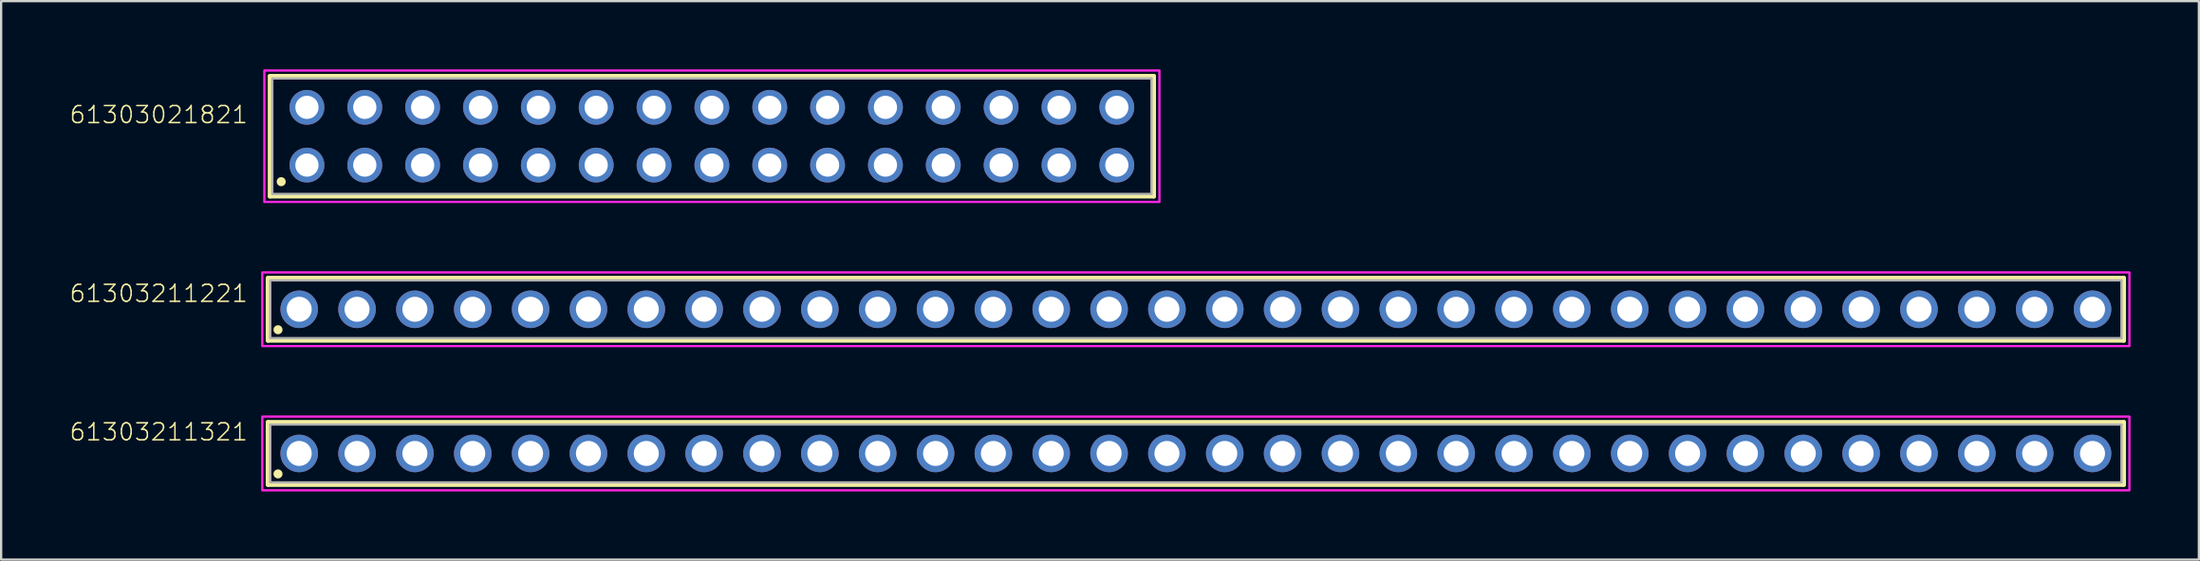
<source format=kicad_pcb>
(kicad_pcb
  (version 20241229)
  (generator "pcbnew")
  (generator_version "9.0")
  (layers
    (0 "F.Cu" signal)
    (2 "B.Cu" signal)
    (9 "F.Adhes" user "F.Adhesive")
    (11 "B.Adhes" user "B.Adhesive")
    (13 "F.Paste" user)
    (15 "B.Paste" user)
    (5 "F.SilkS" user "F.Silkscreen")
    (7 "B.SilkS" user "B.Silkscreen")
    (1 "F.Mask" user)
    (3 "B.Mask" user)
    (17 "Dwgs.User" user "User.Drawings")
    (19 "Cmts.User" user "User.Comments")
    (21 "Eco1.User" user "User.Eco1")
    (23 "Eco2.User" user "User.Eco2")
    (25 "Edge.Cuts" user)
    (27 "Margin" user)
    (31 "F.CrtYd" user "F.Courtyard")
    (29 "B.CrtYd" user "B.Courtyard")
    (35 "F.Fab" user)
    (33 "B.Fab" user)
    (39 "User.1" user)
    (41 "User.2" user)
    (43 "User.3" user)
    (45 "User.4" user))
  (footprint "61303021821"
    (layer "F.Cu")
    (at 28.207 2.94)
    (property "Reference" "61303021821" (at -20.328 -0.506 0) (unlocked yes) (layer "F.SilkS") (effects (font (size 0.748 0.748) (thickness 0.065)) (justify right bottom)))
    (fp_line (start -19.4 -2.64) (end 19.4 -2.64) (stroke (width 0.2) (type solid)) (layer "F.SilkS"))
    (fp_line (start -19.4 2.64) (end -19.4 -2.64) (stroke (width 0.2) (type solid)) (layer "F.SilkS"))
    (fp_line (start 19.4 -2.64) (end 19.4 2.64) (stroke (width 0.2) (type solid)) (layer "F.SilkS"))
    (fp_line (start 19.4 2.64) (end -19.4 2.64) (stroke (width 0.2) (type solid)) (layer "F.SilkS"))
    (fp_circle (center -18.91 2) (end -18.81 2) (stroke (width 0.2) (type solid)) (fill no) (layer "F.SilkS"))
    (fp_poly (pts (xy 19.65 2.89) (xy -19.65 2.89) (xy -19.65 -2.89) (xy 19.65 -2.89)) (stroke (width 0.1) (type default)) (fill no) (layer "F.CrtYd"))
    (fp_line (start -19.3 -2.54) (end -19.3 2.54) (stroke (width 0.1) (type solid)) (layer "F.Fab"))
    (fp_line (start -19.3 2.54) (end 19.3 2.54) (stroke (width 0.1) (type solid)) (layer "F.Fab"))
    (fp_line (start 19.3 -2.54) (end -19.3 -2.54) (stroke (width 0.1) (type solid)) (layer "F.Fab"))
    (fp_line (start 19.3 2.54) (end 19.3 -2.54) (stroke (width 0.1) (type solid)) (layer "F.Fab"))
    (pad "1" thru_hole circle (at -17.78 1.27) (size 1.53 1.53) (drill 1.02) (layers "*.Cu" "*.Mask"))
    (pad "2" thru_hole circle (at -17.78 -1.27) (size 1.53 1.53) (drill 1.02) (layers "*.Cu" "*.Mask"))
    (pad "3" thru_hole circle (at -15.24 1.27) (size 1.53 1.53) (drill 1.02) (layers "*.Cu" "*.Mask"))
    (pad "4" thru_hole circle (at -15.24 -1.27) (size 1.53 1.53) (drill 1.02) (layers "*.Cu" "*.Mask"))
    (pad "5" thru_hole circle (at -12.7 1.27) (size 1.53 1.53) (drill 1.02) (layers "*.Cu" "*.Mask"))
    (pad "6" thru_hole circle (at -12.7 -1.27) (size 1.53 1.53) (drill 1.02) (layers "*.Cu" "*.Mask"))
    (pad "7" thru_hole circle (at -10.16 1.27) (size 1.53 1.53) (drill 1.02) (layers "*.Cu" "*.Mask"))
    (pad "8" thru_hole circle (at -10.16 -1.27) (size 1.53 1.53) (drill 1.02) (layers "*.Cu" "*.Mask"))
    (pad "9" thru_hole circle (at -7.62 1.27) (size 1.53 1.53) (drill 1.02) (layers "*.Cu" "*.Mask"))
    (pad "10" thru_hole circle (at -7.62 -1.27) (size 1.53 1.53) (drill 1.02) (layers "*.Cu" "*.Mask"))
    (pad "11" thru_hole circle (at -5.08 1.27) (size 1.53 1.53) (drill 1.02) (layers "*.Cu" "*.Mask"))
    (pad "12" thru_hole circle (at -5.08 -1.27) (size 1.53 1.53) (drill 1.02) (layers "*.Cu" "*.Mask"))
    (pad "13" thru_hole circle (at -2.54 1.27) (size 1.53 1.53) (drill 1.02) (layers "*.Cu" "*.Mask"))
    (pad "14" thru_hole circle (at -2.54 -1.27) (size 1.53 1.53) (drill 1.02) (layers "*.Cu" "*.Mask"))
    (pad "15" thru_hole circle (at 0 1.27) (size 1.53 1.53) (drill 1.02) (layers "*.Cu" "*.Mask"))
    (pad "16" thru_hole circle (at 0 -1.27) (size 1.53 1.53) (drill 1.02) (layers "*.Cu" "*.Mask"))
    (pad "17" thru_hole circle (at 2.54 1.27) (size 1.53 1.53) (drill 1.02) (layers "*.Cu" "*.Mask"))
    (pad "18" thru_hole circle (at 2.54 -1.27) (size 1.53 1.53) (drill 1.02) (layers "*.Cu" "*.Mask"))
    (pad "19" thru_hole circle (at 5.08 1.27) (size 1.53 1.53) (drill 1.02) (layers "*.Cu" "*.Mask"))
    (pad "20" thru_hole circle (at 5.08 -1.27) (size 1.53 1.53) (drill 1.02) (layers "*.Cu" "*.Mask"))
    (pad "21" thru_hole circle (at 7.62 1.27) (size 1.53 1.53) (drill 1.02) (layers "*.Cu" "*.Mask"))
    (pad "22" thru_hole circle (at 7.62 -1.27) (size 1.53 1.53) (drill 1.02) (layers "*.Cu" "*.Mask"))
    (pad "23" thru_hole circle (at 10.16 1.27) (size 1.53 1.53) (drill 1.02) (layers "*.Cu" "*.Mask"))
    (pad "24" thru_hole circle (at 10.16 -1.27) (size 1.53 1.53) (drill 1.02) (layers "*.Cu" "*.Mask"))
    (pad "25" thru_hole circle (at 12.7 1.27) (size 1.53 1.53) (drill 1.02) (layers "*.Cu" "*.Mask"))
    (pad "26" thru_hole circle (at 12.7 -1.27) (size 1.53 1.53) (drill 1.02) (layers "*.Cu" "*.Mask"))
    (pad "27" thru_hole circle (at 15.24 1.27) (size 1.53 1.53) (drill 1.02) (layers "*.Cu" "*.Mask"))
    (pad "28" thru_hole circle (at 15.24 -1.27) (size 1.53 1.53) (drill 1.02) (layers "*.Cu" "*.Mask"))
    (pad "29" thru_hole circle (at 17.78 1.27) (size 1.53 1.53) (drill 1.02) (layers "*.Cu" "*.Mask"))
    (pad "30" thru_hole circle (at 17.78 -1.27) (size 1.53 1.53) (drill 1.02) (layers "*.Cu" "*.Mask")))
  (footprint "61303211321"
    (layer "F.Cu")
    (at 49.457 16.89)
    (property "Reference" "61303211321" (at -41.578 -0.506 0) (unlocked yes) (layer "F.SilkS") (effects (font (size 0.748 0.748) (thickness 0.065)) (justify right bottom)))
    (fp_line (start -40.74 -1.37) (end 40.74 -1.37) (stroke (width 0.2) (type solid)) (layer "F.SilkS"))
    (fp_line (start -40.74 1.37) (end -40.74 -1.37) (stroke (width 0.2) (type solid)) (layer "F.SilkS"))
    (fp_line (start 40.74 -1.37) (end 40.74 1.37) (stroke (width 0.2) (type solid)) (layer "F.SilkS"))
    (fp_line (start 40.74 1.37) (end -40.74 1.37) (stroke (width 0.2) (type solid)) (layer "F.SilkS"))
    (fp_circle (center -40.3 0.9) (end -40.2 0.9) (stroke (width 0.2) (type solid)) (fill no) (layer "F.SilkS"))
    (fp_poly (pts (xy 40.99 1.62) (xy -40.99 1.62) (xy -40.99 -1.62) (xy 40.99 -1.62)) (stroke (width 0.1) (type default)) (fill no) (layer "F.CrtYd"))
    (fp_line (start -40.64 -1.27) (end 40.64 -1.27) (stroke (width 0.1) (type solid)) (layer "F.Fab"))
    (fp_line (start -40.64 1.27) (end -40.64 -1.27) (stroke (width 0.1) (type solid)) (layer "F.Fab"))
    (fp_line (start 40.64 -1.27) (end 40.64 1.27) (stroke (width 0.1) (type solid)) (layer "F.Fab"))
    (fp_line (start 40.64 1.27) (end -40.64 1.27) (stroke (width 0.1) (type solid)) (layer "F.Fab"))
    (pad "1" thru_hole circle (at -39.37 0) (size 1.65 1.65) (drill 1.1) (layers "*.Cu" "*.Mask"))
    (pad "2" thru_hole circle (at -36.83 0) (size 1.65 1.65) (drill 1.1) (layers "*.Cu" "*.Mask"))
    (pad "3" thru_hole circle (at -34.29 0) (size 1.65 1.65) (drill 1.1) (layers "*.Cu" "*.Mask"))
    (pad "4" thru_hole circle (at -31.75 0) (size 1.65 1.65) (drill 1.1) (layers "*.Cu" "*.Mask"))
    (pad "5" thru_hole circle (at -29.21 0) (size 1.65 1.65) (drill 1.1) (layers "*.Cu" "*.Mask"))
    (pad "6" thru_hole circle (at -26.67 0) (size 1.65 1.65) (drill 1.1) (layers "*.Cu" "*.Mask"))
    (pad "7" thru_hole circle (at -24.13 0) (size 1.65 1.65) (drill 1.1) (layers "*.Cu" "*.Mask"))
    (pad "8" thru_hole circle (at -21.59 0) (size 1.65 1.65) (drill 1.1) (layers "*.Cu" "*.Mask"))
    (pad "9" thru_hole circle (at -19.05 0) (size 1.65 1.65) (drill 1.1) (layers "*.Cu" "*.Mask"))
    (pad "10" thru_hole circle (at -16.51 0) (size 1.65 1.65) (drill 1.1) (layers "*.Cu" "*.Mask"))
    (pad "11" thru_hole circle (at -13.97 0) (size 1.65 1.65) (drill 1.1) (layers "*.Cu" "*.Mask"))
    (pad "12" thru_hole circle (at -11.43 0) (size 1.65 1.65) (drill 1.1) (layers "*.Cu" "*.Mask"))
    (pad "13" thru_hole circle (at -8.89 0) (size 1.65 1.65) (drill 1.1) (layers "*.Cu" "*.Mask"))
    (pad "14" thru_hole circle (at -6.35 0) (size 1.65 1.65) (drill 1.1) (layers "*.Cu" "*.Mask"))
    (pad "15" thru_hole circle (at -3.81 0) (size 1.65 1.65) (drill 1.1) (layers "*.Cu" "*.Mask"))
    (pad "16" thru_hole circle (at -1.27 0) (size 1.65 1.65) (drill 1.1) (layers "*.Cu" "*.Mask"))
    (pad "17" thru_hole circle (at 1.27 0) (size 1.65 1.65) (drill 1.1) (layers "*.Cu" "*.Mask"))
    (pad "18" thru_hole circle (at 3.81 0) (size 1.65 1.65) (drill 1.1) (layers "*.Cu" "*.Mask"))
    (pad "19" thru_hole circle (at 6.35 0) (size 1.65 1.65) (drill 1.1) (layers "*.Cu" "*.Mask"))
    (pad "20" thru_hole circle (at 8.89 0) (size 1.65 1.65) (drill 1.1) (layers "*.Cu" "*.Mask"))
    (pad "21" thru_hole circle (at 11.43 0) (size 1.65 1.65) (drill 1.1) (layers "*.Cu" "*.Mask"))
    (pad "22" thru_hole circle (at 13.97 0) (size 1.65 1.65) (drill 1.1) (layers "*.Cu" "*.Mask"))
    (pad "23" thru_hole circle (at 16.51 0) (size 1.65 1.65) (drill 1.1) (layers "*.Cu" "*.Mask"))
    (pad "24" thru_hole circle (at 19.05 0) (size 1.65 1.65) (drill 1.1) (layers "*.Cu" "*.Mask"))
    (pad "25" thru_hole circle (at 21.59 0) (size 1.65 1.65) (drill 1.1) (layers "*.Cu" "*.Mask"))
    (pad "26" thru_hole circle (at 24.13 0) (size 1.65 1.65) (drill 1.1) (layers "*.Cu" "*.Mask"))
    (pad "27" thru_hole circle (at 26.67 0) (size 1.65 1.65) (drill 1.1) (layers "*.Cu" "*.Mask"))
    (pad "28" thru_hole circle (at 29.21 0) (size 1.65 1.65) (drill 1.1) (layers "*.Cu" "*.Mask"))
    (pad "29" thru_hole circle (at 31.75 0) (size 1.65 1.65) (drill 1.1) (layers "*.Cu" "*.Mask"))
    (pad "30" thru_hole circle (at 34.29 0) (size 1.65 1.65) (drill 1.1) (layers "*.Cu" "*.Mask"))
    (pad "31" thru_hole circle (at 36.83 0) (size 1.65 1.65) (drill 1.1) (layers "*.Cu" "*.Mask"))
    (pad "32" thru_hole circle (at 39.37 0) (size 1.65 1.65) (drill 1.1) (layers "*.Cu" "*.Mask")))
  (footprint "61303211221"
    (layer "F.Cu")
    (at 49.457 10.55)
    (property "Reference" "61303211221" (at -41.578 -0.256 0) (unlocked yes) (layer "F.SilkS") (effects (font (size 0.748 0.748) (thickness 0.065)) (justify right bottom)))
    (fp_line (start -40.74 -1.37) (end 40.74 -1.37) (stroke (width 0.2) (type solid)) (layer "F.SilkS"))
    (fp_line (start -40.74 1.37) (end -40.74 -1.37) (stroke (width 0.2) (type solid)) (layer "F.SilkS"))
    (fp_line (start 40.74 -1.37) (end 40.74 1.37) (stroke (width 0.2) (type solid)) (layer "F.SilkS"))
    (fp_line (start 40.74 1.37) (end -40.74 1.37) (stroke (width 0.2) (type solid)) (layer "F.SilkS"))
    (fp_circle (center -40.3 0.9) (end -40.2 0.9) (stroke (width 0.2) (type solid)) (fill no) (layer "F.SilkS"))
    (fp_poly (pts (xy 40.99 1.62) (xy -40.99 1.62) (xy -40.99 -1.62) (xy 40.99 -1.62)) (stroke (width 0.1) (type default)) (fill no) (layer "F.CrtYd"))
    (fp_line (start -40.64 -1.27) (end 40.64 -1.27) (stroke (width 0.1) (type solid)) (layer "F.Fab"))
    (fp_line (start -40.64 1.27) (end -40.64 -1.27) (stroke (width 0.1) (type solid)) (layer "F.Fab"))
    (fp_line (start 40.64 -1.27) (end 40.64 1.27) (stroke (width 0.1) (type solid)) (layer "F.Fab"))
    (fp_line (start 40.64 1.27) (end -40.64 1.27) (stroke (width 0.1) (type solid)) (layer "F.Fab"))
    (pad "1" thru_hole circle (at -39.37 0) (size 1.65 1.65) (drill 1.1) (layers "*.Cu" "*.Mask"))
    (pad "2" thru_hole circle (at -36.83 0) (size 1.65 1.65) (drill 1.1) (layers "*.Cu" "*.Mask"))
    (pad "3" thru_hole circle (at -34.29 0) (size 1.65 1.65) (drill 1.1) (layers "*.Cu" "*.Mask"))
    (pad "4" thru_hole circle (at -31.75 0) (size 1.65 1.65) (drill 1.1) (layers "*.Cu" "*.Mask"))
    (pad "5" thru_hole circle (at -29.21 0) (size 1.65 1.65) (drill 1.1) (layers "*.Cu" "*.Mask"))
    (pad "6" thru_hole circle (at -26.67 0) (size 1.65 1.65) (drill 1.1) (layers "*.Cu" "*.Mask"))
    (pad "7" thru_hole circle (at -24.13 0) (size 1.65 1.65) (drill 1.1) (layers "*.Cu" "*.Mask"))
    (pad "8" thru_hole circle (at -21.59 0) (size 1.65 1.65) (drill 1.1) (layers "*.Cu" "*.Mask"))
    (pad "9" thru_hole circle (at -19.05 0) (size 1.65 1.65) (drill 1.1) (layers "*.Cu" "*.Mask"))
    (pad "10" thru_hole circle (at -16.51 0) (size 1.65 1.65) (drill 1.1) (layers "*.Cu" "*.Mask"))
    (pad "11" thru_hole circle (at -13.97 0) (size 1.65 1.65) (drill 1.1) (layers "*.Cu" "*.Mask"))
    (pad "12" thru_hole circle (at -11.43 0) (size 1.65 1.65) (drill 1.1) (layers "*.Cu" "*.Mask"))
    (pad "13" thru_hole circle (at -8.89 0) (size 1.65 1.65) (drill 1.1) (layers "*.Cu" "*.Mask"))
    (pad "14" thru_hole circle (at -6.35 0) (size 1.65 1.65) (drill 1.1) (layers "*.Cu" "*.Mask"))
    (pad "15" thru_hole circle (at -3.81 0) (size 1.65 1.65) (drill 1.1) (layers "*.Cu" "*.Mask"))
    (pad "16" thru_hole circle (at -1.27 0) (size 1.65 1.65) (drill 1.1) (layers "*.Cu" "*.Mask"))
    (pad "17" thru_hole circle (at 1.27 0) (size 1.65 1.65) (drill 1.1) (layers "*.Cu" "*.Mask"))
    (pad "18" thru_hole circle (at 3.81 0) (size 1.65 1.65) (drill 1.1) (layers "*.Cu" "*.Mask"))
    (pad "19" thru_hole circle (at 6.35 0) (size 1.65 1.65) (drill 1.1) (layers "*.Cu" "*.Mask"))
    (pad "20" thru_hole circle (at 8.89 0) (size 1.65 1.65) (drill 1.1) (layers "*.Cu" "*.Mask"))
    (pad "21" thru_hole circle (at 11.43 0) (size 1.65 1.65) (drill 1.1) (layers "*.Cu" "*.Mask"))
    (pad "22" thru_hole circle (at 13.97 0) (size 1.65 1.65) (drill 1.1) (layers "*.Cu" "*.Mask"))
    (pad "23" thru_hole circle (at 16.51 0) (size 1.65 1.65) (drill 1.1) (layers "*.Cu" "*.Mask"))
    (pad "24" thru_hole circle (at 19.05 0) (size 1.65 1.65) (drill 1.1) (layers "*.Cu" "*.Mask"))
    (pad "25" thru_hole circle (at 21.59 0) (size 1.65 1.65) (drill 1.1) (layers "*.Cu" "*.Mask"))
    (pad "26" thru_hole circle (at 24.13 0) (size 1.65 1.65) (drill 1.1) (layers "*.Cu" "*.Mask"))
    (pad "27" thru_hole circle (at 26.67 0) (size 1.65 1.65) (drill 1.1) (layers "*.Cu" "*.Mask"))
    (pad "28" thru_hole circle (at 29.21 0) (size 1.65 1.65) (drill 1.1) (layers "*.Cu" "*.Mask"))
    (pad "29" thru_hole circle (at 31.75 0) (size 1.65 1.65) (drill 1.1) (layers "*.Cu" "*.Mask"))
    (pad "30" thru_hole circle (at 34.29 0) (size 1.65 1.65) (drill 1.1) (layers "*.Cu" "*.Mask"))
    (pad "31" thru_hole circle (at 36.83 0) (size 1.65 1.65) (drill 1.1) (layers "*.Cu" "*.Mask"))
    (pad "32" thru_hole circle (at 39.37 0) (size 1.65 1.65) (drill 1.1) (layers "*.Cu" "*.Mask")))
  (gr_rect
    (start -3 -3)
    (end 93.497 21.56)
    (stroke (width 0.1) (type default))
    (fill no)
    (layer "Edge.Cuts")))
</source>
